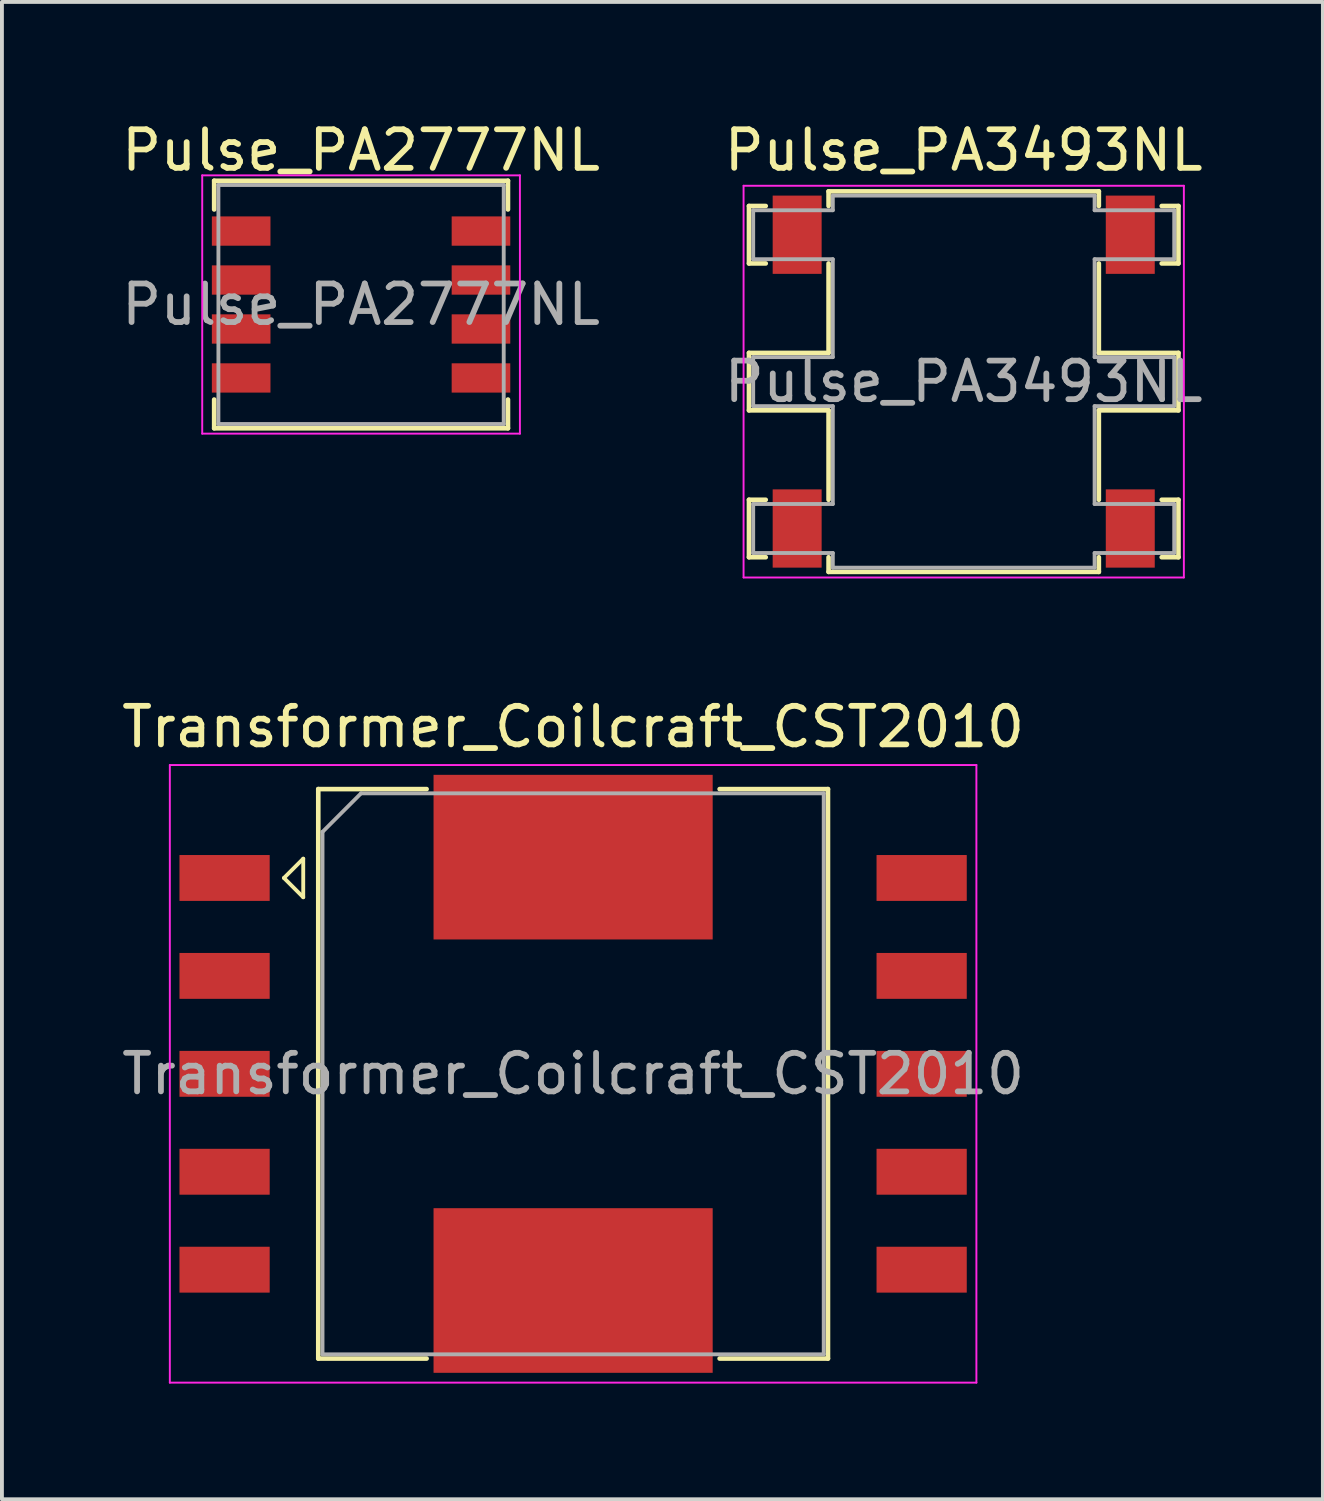
<source format=kicad_pcb>
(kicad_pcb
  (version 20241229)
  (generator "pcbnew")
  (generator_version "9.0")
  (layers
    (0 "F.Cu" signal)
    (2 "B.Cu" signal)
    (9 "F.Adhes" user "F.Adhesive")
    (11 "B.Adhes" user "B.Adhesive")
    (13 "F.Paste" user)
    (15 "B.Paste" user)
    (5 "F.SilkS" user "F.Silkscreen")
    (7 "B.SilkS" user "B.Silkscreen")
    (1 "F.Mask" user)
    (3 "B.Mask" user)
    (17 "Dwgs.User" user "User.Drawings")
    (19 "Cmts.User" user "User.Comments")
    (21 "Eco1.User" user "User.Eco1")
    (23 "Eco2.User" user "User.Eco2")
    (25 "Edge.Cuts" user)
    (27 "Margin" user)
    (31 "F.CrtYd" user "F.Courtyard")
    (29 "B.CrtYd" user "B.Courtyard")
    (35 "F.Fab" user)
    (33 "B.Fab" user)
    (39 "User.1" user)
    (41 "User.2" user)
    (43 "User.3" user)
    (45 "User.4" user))
  (footprint "Pulse_PA2777NL"
    (layer "F.Cu")
    (at 6.315 4.848)
    (property "Reference" "Pulse_PA2777NL" (at 0 -4 0) (layer "F.SilkS") (effects (font (size 1 1) (thickness 0.15))))
    (attr smd)
    (fp_line (start -3.81 -3.21) (end 3.81 -3.21) (stroke (width 0.12) (type solid)) (layer "F.SilkS"))
    (fp_line (start -3.81 -2.465) (end -3.81 -3.21) (stroke (width 0.12) (type solid)) (layer "F.SilkS"))
    (fp_line (start -3.81 2.465) (end -3.81 3.21) (stroke (width 0.12) (type solid)) (layer "F.SilkS"))
    (fp_line (start -3.81 3.21) (end 3.81 3.21) (stroke (width 0.12) (type solid)) (layer "F.SilkS"))
    (fp_line (start 3.81 -2.465) (end 3.81 -3.21) (stroke (width 0.12) (type solid)) (layer "F.SilkS"))
    (fp_line (start 3.81 2.465) (end 3.81 3.21) (stroke (width 0.12) (type solid)) (layer "F.SilkS"))
    (fp_line (start -4.12 -3.35) (end 4.12 -3.35) (stroke (width 0.05) (type solid)) (layer "F.CrtYd"))
    (fp_line (start -4.12 3.35) (end -4.12 -3.35) (stroke (width 0.05) (type solid)) (layer "F.CrtYd"))
    (fp_line (start -4.12 3.35) (end 4.12 3.35) (stroke (width 0.05) (type solid)) (layer "F.CrtYd"))
    (fp_line (start 4.12 3.35) (end 4.12 -3.35) (stroke (width 0.05) (type solid)) (layer "F.CrtYd"))
    (fp_line (start -3.7 -3.1) (end 3.7 -3.1) (stroke (width 0.1) (type solid)) (layer "F.Fab"))
    (fp_line (start -3.7 3.1) (end -3.7 -3.1) (stroke (width 0.1) (type solid)) (layer "F.Fab"))
    (fp_line (start 3.7 -3.1) (end 3.7 3.1) (stroke (width 0.1) (type solid)) (layer "F.Fab"))
    (fp_line (start 3.7 3.1) (end -3.7 3.1) (stroke (width 0.1) (type solid)) (layer "F.Fab"))
    (fp_text user "${REFERENCE}" (at 0 0 0) (layer "F.Fab") (effects (font (size 1 1) (thickness 0.15))))
    (pad "1" smd rect (at -3.11 -1.905) (size 1.52 0.76) (layers "F.Cu" "F.Mask" "F.Paste"))
    (pad "2" smd rect (at -3.11 -0.635) (size 1.52 0.76) (layers "F.Cu" "F.Mask" "F.Paste"))
    (pad "3" smd rect (at -3.11 0.635) (size 1.52 0.76) (layers "F.Cu" "F.Mask" "F.Paste"))
    (pad "4" smd rect (at -3.11 1.905) (size 1.52 0.76) (layers "F.Cu" "F.Mask" "F.Paste"))
    (pad "5" smd rect (at 3.11 1.905) (size 1.52 0.76) (layers "F.Cu" "F.Mask" "F.Paste"))
    (pad "6" smd rect (at 3.11 0.635) (size 1.52 0.76) (layers "F.Cu" "F.Mask" "F.Paste"))
    (pad "7" smd rect (at 3.11 -0.635) (size 1.52 0.76) (layers "F.Cu" "F.Mask" "F.Paste"))
    (pad "8" smd rect (at 3.11 -1.905) (size 1.52 0.76) (layers "F.Cu" "F.Mask" "F.Paste")))
  (footprint "Pulse_PA3493NL"
    (layer "F.Cu")
    (at 21.946 6.848)
    (property "Reference" "Pulse_PA3493NL" (at 0 -6 0) (layer "F.SilkS") (effects (font (size 1 1) (thickness 0.15))))
    (attr smd)
    (fp_line (start -5.57 -4.555) (end -5.57 -3.065) (stroke (width 0.12) (type solid)) (layer "F.SilkS"))
    (fp_line (start -5.57 -4.555) (end -5.135 -4.555) (stroke (width 0.12) (type solid)) (layer "F.SilkS"))
    (fp_line (start -5.57 -3.065) (end -5.135 -3.065) (stroke (width 0.12) (type solid)) (layer "F.SilkS"))
    (fp_line (start -5.57 -0.745) (end -5.57 0.745) (stroke (width 0.12) (type solid)) (layer "F.SilkS"))
    (fp_line (start -5.57 -0.745) (end -3.505 -0.745) (stroke (width 0.12) (type solid)) (layer "F.SilkS"))
    (fp_line (start -5.57 0.745) (end -3.505 0.745) (stroke (width 0.12) (type solid)) (layer "F.SilkS"))
    (fp_line (start -5.57 3.065) (end -5.57 4.555) (stroke (width 0.12) (type solid)) (layer "F.SilkS"))
    (fp_line (start -5.57 3.065) (end -5.135 3.065) (stroke (width 0.12) (type solid)) (layer "F.SilkS"))
    (fp_line (start -5.57 4.555) (end -5.135 4.555) (stroke (width 0.12) (type solid)) (layer "F.SilkS"))
    (fp_line (start -3.505 -4.935) (end 3.505 -4.935) (stroke (width 0.12) (type solid)) (layer "F.SilkS"))
    (fp_line (start -3.505 -4.555) (end -3.505 -4.935) (stroke (width 0.12) (type solid)) (layer "F.SilkS"))
    (fp_line (start -3.505 -0.745) (end -3.505 -3.065) (stroke (width 0.12) (type solid)) (layer "F.SilkS"))
    (fp_line (start -3.505 0.745) (end -3.505 3.065) (stroke (width 0.12) (type solid)) (layer "F.SilkS"))
    (fp_line (start -3.505 4.935) (end -3.505 4.555) (stroke (width 0.12) (type solid)) (layer "F.SilkS"))
    (fp_line (start -3.505 4.935) (end 3.505 4.935) (stroke (width 0.12) (type solid)) (layer "F.SilkS"))
    (fp_line (start 3.505 -4.555) (end 3.505 -4.935) (stroke (width 0.12) (type solid)) (layer "F.SilkS"))
    (fp_line (start 3.505 -0.745) (end 3.505 -3.065) (stroke (width 0.12) (type solid)) (layer "F.SilkS"))
    (fp_line (start 3.505 0.745) (end 3.505 3.065) (stroke (width 0.12) (type solid)) (layer "F.SilkS"))
    (fp_line (start 3.505 4.935) (end 3.505 4.555) (stroke (width 0.12) (type solid)) (layer "F.SilkS"))
    (fp_line (start 5.57 -4.555) (end 5.135 -4.555) (stroke (width 0.12) (type solid)) (layer "F.SilkS"))
    (fp_line (start 5.57 -4.555) (end 5.57 -3.065) (stroke (width 0.12) (type solid)) (layer "F.SilkS"))
    (fp_line (start 5.57 -3.065) (end 5.135 -3.065) (stroke (width 0.12) (type solid)) (layer "F.SilkS"))
    (fp_line (start 5.57 -0.745) (end 3.505 -0.745) (stroke (width 0.12) (type solid)) (layer "F.SilkS"))
    (fp_line (start 5.57 -0.745) (end 5.57 0.745) (stroke (width 0.12) (type solid)) (layer "F.SilkS"))
    (fp_line (start 5.57 0.745) (end 3.505 0.745) (stroke (width 0.12) (type solid)) (layer "F.SilkS"))
    (fp_line (start 5.57 3.065) (end 5.135 3.065) (stroke (width 0.12) (type solid)) (layer "F.SilkS"))
    (fp_line (start 5.57 3.065) (end 5.57 4.555) (stroke (width 0.12) (type solid)) (layer "F.SilkS"))
    (fp_line (start 5.57 4.555) (end 5.135 4.555) (stroke (width 0.12) (type solid)) (layer "F.SilkS"))
    (fp_line (start -5.71 -5.08) (end 5.71 -5.08) (stroke (width 0.05) (type solid)) (layer "F.CrtYd"))
    (fp_line (start -5.71 5.08) (end -5.71 -5.08) (stroke (width 0.05) (type solid)) (layer "F.CrtYd"))
    (fp_line (start 5.71 -5.08) (end 5.71 5.08) (stroke (width 0.05) (type solid)) (layer "F.CrtYd"))
    (fp_line (start 5.71 5.08) (end -5.71 5.08) (stroke (width 0.05) (type solid)) (layer "F.CrtYd"))
    (fp_line (start -5.46 -4.445) (end -5.46 -3.175) (stroke (width 0.1) (type solid)) (layer "F.Fab"))
    (fp_line (start -5.46 -4.445) (end -3.395 -4.445) (stroke (width 0.1) (type solid)) (layer "F.Fab"))
    (fp_line (start -5.46 -3.175) (end -3.395 -3.175) (stroke (width 0.1) (type solid)) (layer "F.Fab"))
    (fp_line (start -5.46 -0.635) (end -5.46 0.635) (stroke (width 0.1) (type solid)) (layer "F.Fab"))
    (fp_line (start -5.46 -0.635) (end -3.395 -0.635) (stroke (width 0.1) (type solid)) (layer "F.Fab"))
    (fp_line (start -5.46 0.635) (end -3.395 0.635) (stroke (width 0.1) (type solid)) (layer "F.Fab"))
    (fp_line (start -5.46 3.175) (end -5.46 4.445) (stroke (width 0.1) (type solid)) (layer "F.Fab"))
    (fp_line (start -5.46 3.175) (end -3.395 3.175) (stroke (width 0.1) (type solid)) (layer "F.Fab"))
    (fp_line (start -5.46 4.445) (end -3.395 4.445) (stroke (width 0.1) (type solid)) (layer "F.Fab"))
    (fp_line (start -3.395 -4.825) (end -3.395 -4.445) (stroke (width 0.1) (type solid)) (layer "F.Fab"))
    (fp_line (start -3.395 -4.825) (end 3.395 -4.825) (stroke (width 0.1) (type solid)) (layer "F.Fab"))
    (fp_line (start -3.395 -3.175) (end -3.395 -0.635) (stroke (width 0.1) (type solid)) (layer "F.Fab"))
    (fp_line (start -3.395 3.175) (end -3.395 0.635) (stroke (width 0.1) (type solid)) (layer "F.Fab"))
    (fp_line (start -3.395 4.825) (end -3.395 4.445) (stroke (width 0.1) (type solid)) (layer "F.Fab"))
    (fp_line (start 3.395 -4.825) (end 3.395 -4.445) (stroke (width 0.1) (type solid)) (layer "F.Fab"))
    (fp_line (start 3.395 -3.175) (end 3.395 -0.635) (stroke (width 0.1) (type solid)) (layer "F.Fab"))
    (fp_line (start 3.395 3.175) (end 3.395 0.635) (stroke (width 0.1) (type solid)) (layer "F.Fab"))
    (fp_line (start 3.395 4.825) (end -3.395 4.825) (stroke (width 0.1) (type solid)) (layer "F.Fab"))
    (fp_line (start 3.395 4.825) (end 3.395 4.445) (stroke (width 0.1) (type solid)) (layer "F.Fab"))
    (fp_line (start 5.46 -4.445) (end 3.395 -4.445) (stroke (width 0.1) (type solid)) (layer "F.Fab"))
    (fp_line (start 5.46 -4.445) (end 5.46 -3.175) (stroke (width 0.1) (type solid)) (layer "F.Fab"))
    (fp_line (start 5.46 -3.175) (end 3.395 -3.175) (stroke (width 0.1) (type solid)) (layer "F.Fab"))
    (fp_line (start 5.46 -0.635) (end 3.395 -0.635) (stroke (width 0.1) (type solid)) (layer "F.Fab"))
    (fp_line (start 5.46 -0.635) (end 5.46 0.635) (stroke (width 0.1) (type solid)) (layer "F.Fab"))
    (fp_line (start 5.46 0.635) (end 3.395 0.635) (stroke (width 0.1) (type solid)) (layer "F.Fab"))
    (fp_line (start 5.46 3.175) (end 3.395 3.175) (stroke (width 0.1) (type solid)) (layer "F.Fab"))
    (fp_line (start 5.46 3.175) (end 5.46 4.445) (stroke (width 0.1) (type solid)) (layer "F.Fab"))
    (fp_line (start 5.46 4.445) (end 3.395 4.445) (stroke (width 0.1) (type solid)) (layer "F.Fab"))
    (fp_text user "${REFERENCE}" (at 0 0 0) (layer "F.Fab") (effects (font (size 1 1) (thickness 0.15))))
    (pad "1" smd rect (at -4.32 -3.81) (size 1.27 2.03) (layers "F.Cu" "F.Mask" "F.Paste"))
    (pad "3" smd rect (at -4.32 3.81) (size 1.27 2.03) (layers "F.Cu" "F.Mask" "F.Paste"))
    (pad "4" smd rect (at 4.32 3.81) (size 1.27 2.03) (layers "F.Cu" "F.Mask" "F.Paste"))
    (pad "6" smd rect (at 4.32 -3.81) (size 1.27 2.03) (layers "F.Cu" "F.Mask" "F.Paste")))
  (footprint "Transformer_Coilcraft_CST2010"
    (layer "F.Cu")
    (at 11.815 24.802)
    (property "Reference" "Transformer_Coilcraft_CST2010" (at 0 -9 0) (layer "F.SilkS") (effects (font (size 1 1) (thickness 0.15))))
    (attr smd)
    (fp_line (start -7.5 -5.08) (end -7 -5.58) (stroke (width 0.1) (type solid)) (layer "F.SilkS"))
    (fp_line (start -7 -5.58) (end -7 -4.58) (stroke (width 0.1) (type solid)) (layer "F.SilkS"))
    (fp_line (start -7 -4.58) (end -7.5 -5.08) (stroke (width 0.1) (type solid)) (layer "F.SilkS"))
    (fp_line (start -6.61 7.385) (end -6.61 -7.385) (stroke (width 0.12) (type solid)) (layer "F.SilkS"))
    (fp_line (start -3.8 -7.385) (end -6.61 -7.385) (stroke (width 0.12) (type solid)) (layer "F.SilkS"))
    (fp_line (start -3.8 7.385) (end -6.61 7.385) (stroke (width 0.12) (type solid)) (layer "F.SilkS"))
    (fp_line (start 3.8 -7.385) (end 6.61 -7.385) (stroke (width 0.12) (type solid)) (layer "F.SilkS"))
    (fp_line (start 3.8 7.385) (end 6.61 7.385) (stroke (width 0.12) (type solid)) (layer "F.SilkS"))
    (fp_line (start 6.61 7.385) (end 6.61 -7.385) (stroke (width 0.12) (type solid)) (layer "F.SilkS"))
    (fp_line (start -10.46 -8.01) (end -10.46 8.01) (stroke (width 0.05) (type solid)) (layer "F.CrtYd"))
    (fp_line (start -10.46 8.01) (end 10.46 8.01) (stroke (width 0.05) (type solid)) (layer "F.CrtYd"))
    (fp_line (start 10.46 -8.01) (end -10.46 -8.01) (stroke (width 0.05) (type solid)) (layer "F.CrtYd"))
    (fp_line (start 10.46 -8.01) (end 10.46 8.01) (stroke (width 0.05) (type solid)) (layer "F.CrtYd"))
    (fp_line (start -6.5 -6.275) (end -6.5 7.275) (stroke (width 0.1) (type solid)) (layer "F.Fab"))
    (fp_line (start -6.5 -6.275) (end -5.5 -7.275) (stroke (width 0.1) (type solid)) (layer "F.Fab"))
    (fp_line (start -6.5 7.275) (end 6.5 7.275) (stroke (width 0.1) (type solid)) (layer "F.Fab"))
    (fp_line (start -5.5 -7.275) (end 6.5 -7.275) (stroke (width 0.1) (type solid)) (layer "F.Fab"))
    (fp_line (start 6.5 7.275) (end 6.5 -7.275) (stroke (width 0.1) (type solid)) (layer "F.Fab"))
    (fp_text user "${REFERENCE}" (at 0 0 0) (layer "F.Fab") (effects (font (size 1 1) (thickness 0.15))))
    (pad "1" smd rect (at -9.04 -5.08) (size 2.34 1.19) (layers "F.Cu" "F.Mask" "F.Paste"))
    (pad "2" smd rect (at -9.04 -2.54) (size 2.34 1.19) (layers "F.Cu" "F.Mask" "F.Paste"))
    (pad "3" smd rect (at -9.04 0) (size 2.34 1.19) (layers "F.Cu" "F.Mask" "F.Paste"))
    (pad "4" smd rect (at -9.04 2.54) (size 2.34 1.19) (layers "F.Cu" "F.Mask" "F.Paste"))
    (pad "5" smd rect (at -9.04 5.08) (size 2.34 1.19) (layers "F.Cu" "F.Mask" "F.Paste"))
    (pad "6" smd rect (at 9.04 5.08) (size 2.34 1.19) (layers "F.Cu" "F.Mask" "F.Paste"))
    (pad "7" smd rect (at 9.04 2.54) (size 2.34 1.19) (layers "F.Cu" "F.Mask" "F.Paste"))
    (pad "8" smd rect (at 9.04 0) (size 2.34 1.19) (layers "F.Cu" "F.Mask" "F.Paste"))
    (pad "9" smd rect (at 9.04 -2.54) (size 2.34 1.19) (layers "F.Cu" "F.Mask" "F.Paste"))
    (pad "10" smd rect (at 9.04 -5.08) (size 2.34 1.19) (layers "F.Cu" "F.Mask" "F.Paste"))
    (pad "11" smd rect (at 0 -5.62) (size 7.24 4.27) (layers "F.Cu" "F.Mask" "F.Paste"))
    (pad "12" smd rect (at 0 5.62) (size 7.24 4.27) (layers "F.Cu" "F.Mask" "F.Paste")))
  (gr_rect
    (start -3 -3)
    (end 31.262 35.837)
    (stroke (width 0.1) (type default))
    (fill no)
    (layer "Edge.Cuts")))
</source>
